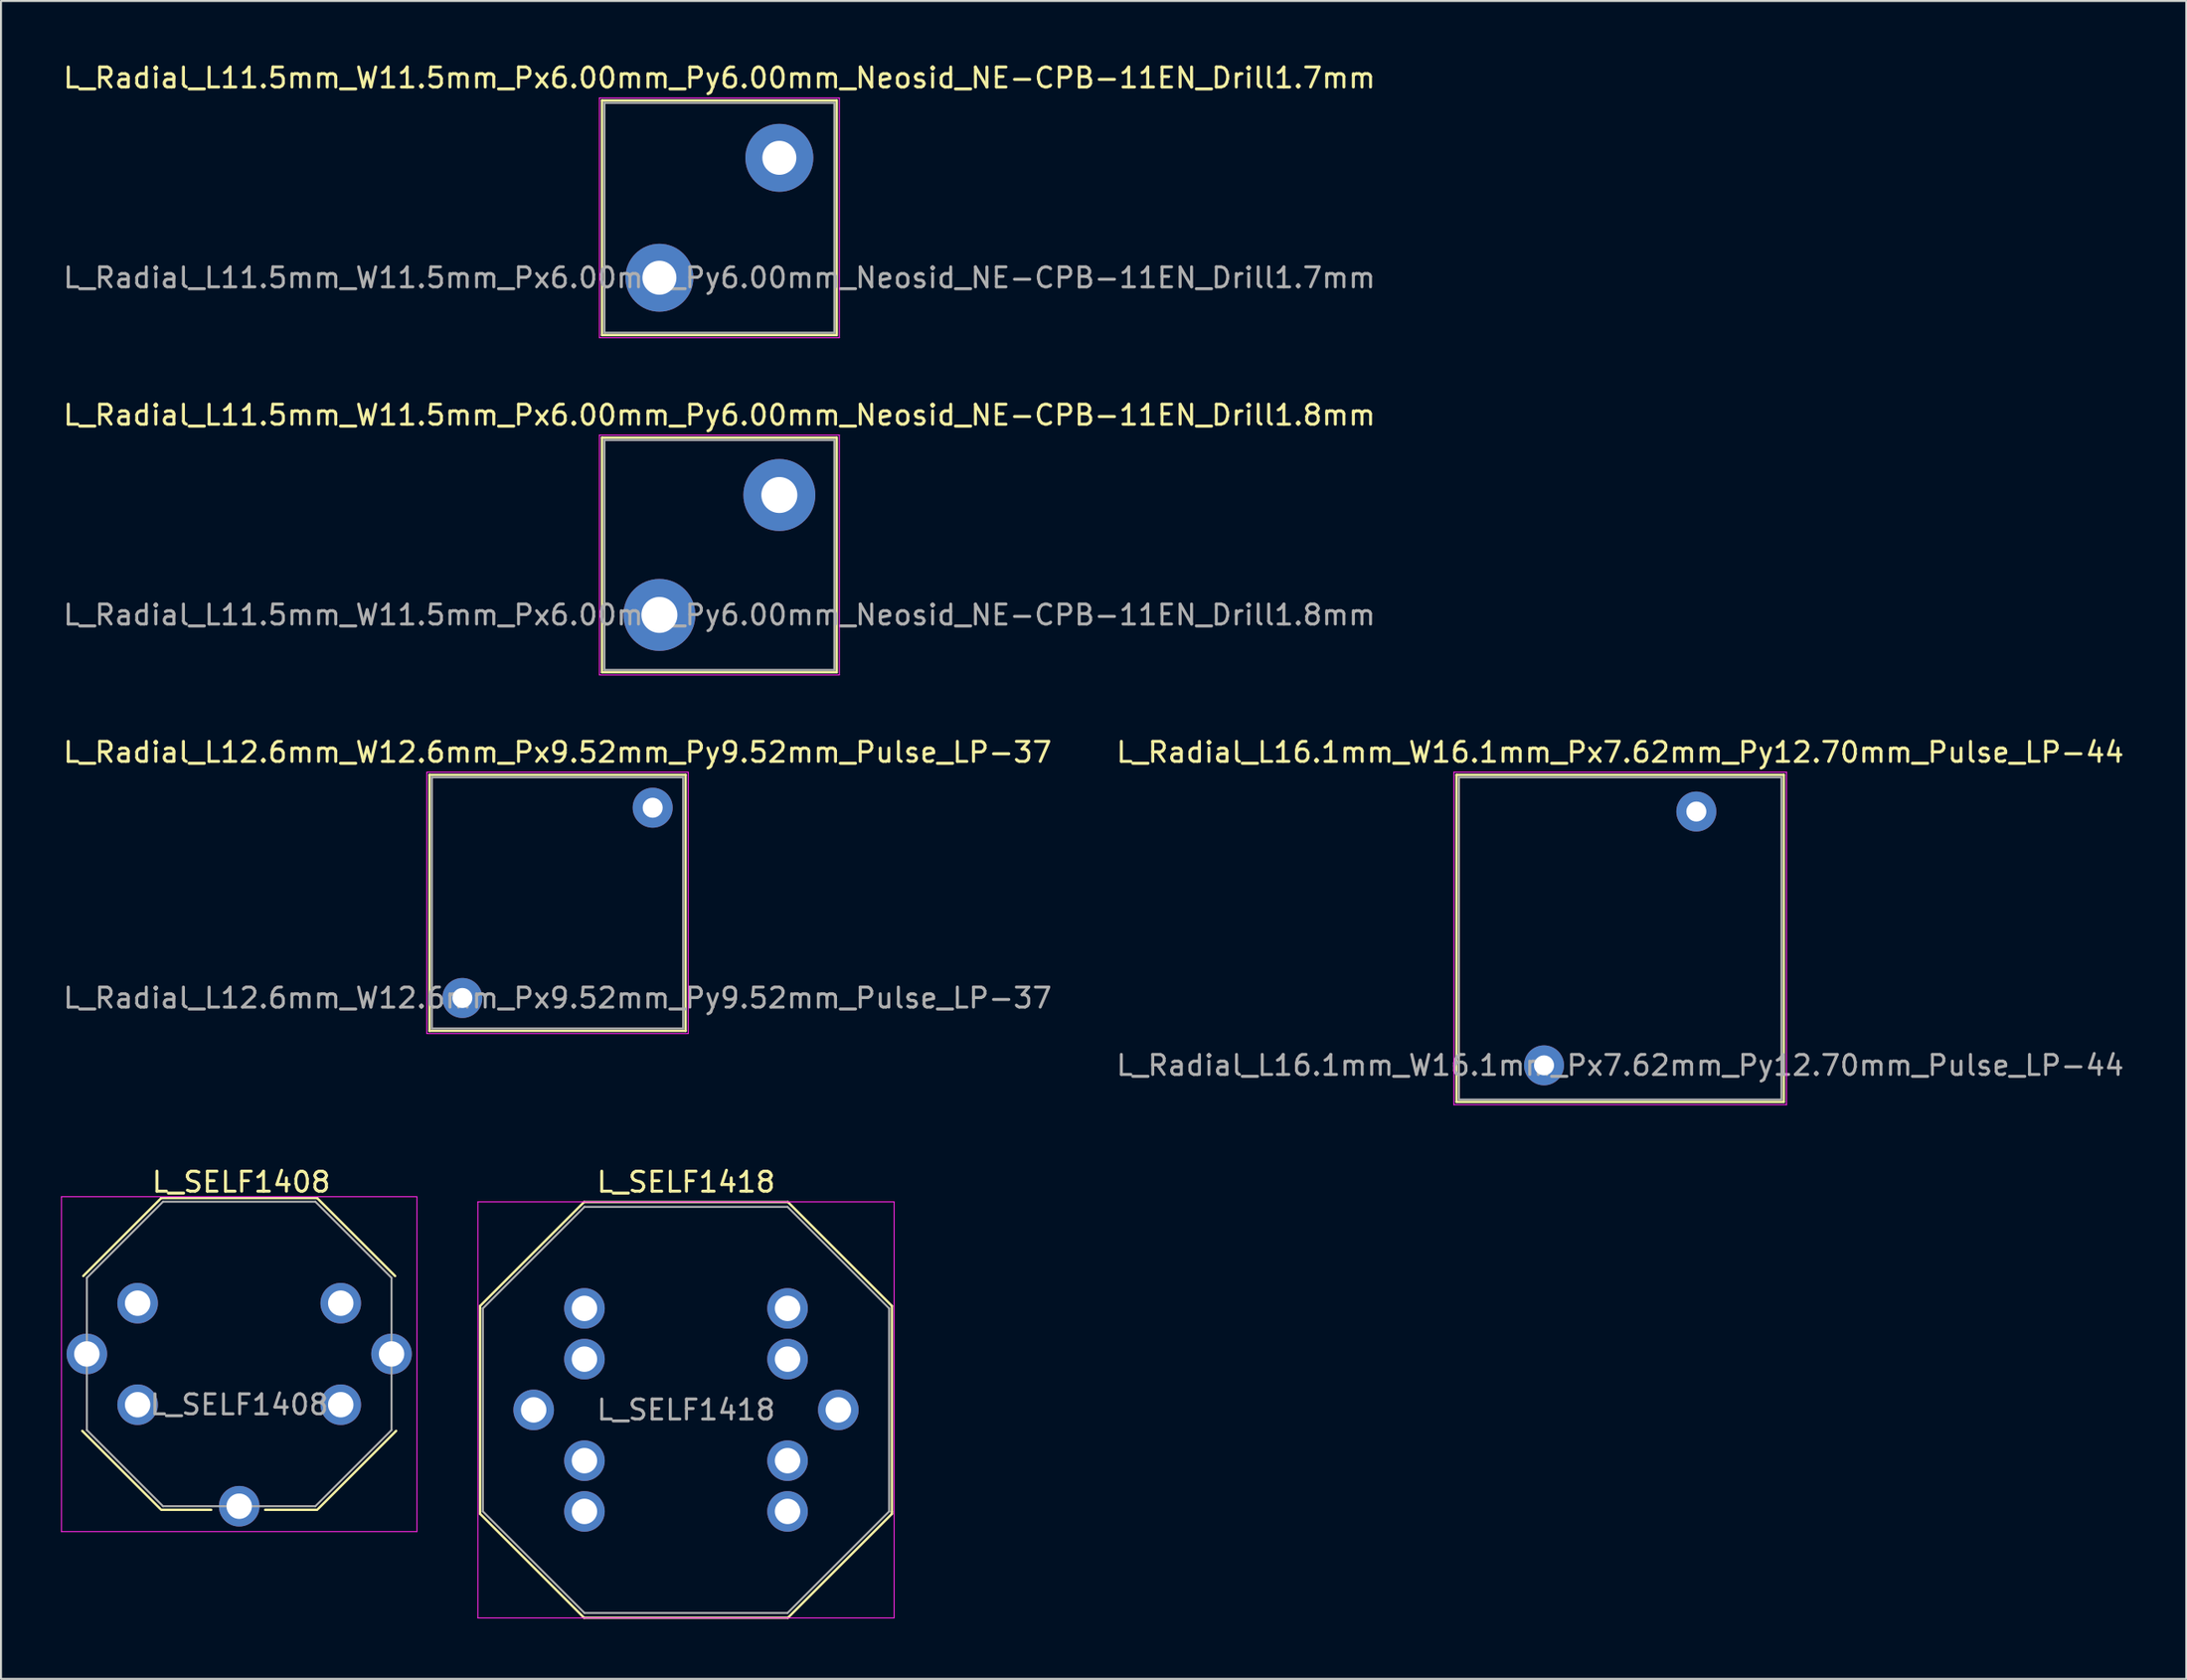
<source format=kicad_pcb>
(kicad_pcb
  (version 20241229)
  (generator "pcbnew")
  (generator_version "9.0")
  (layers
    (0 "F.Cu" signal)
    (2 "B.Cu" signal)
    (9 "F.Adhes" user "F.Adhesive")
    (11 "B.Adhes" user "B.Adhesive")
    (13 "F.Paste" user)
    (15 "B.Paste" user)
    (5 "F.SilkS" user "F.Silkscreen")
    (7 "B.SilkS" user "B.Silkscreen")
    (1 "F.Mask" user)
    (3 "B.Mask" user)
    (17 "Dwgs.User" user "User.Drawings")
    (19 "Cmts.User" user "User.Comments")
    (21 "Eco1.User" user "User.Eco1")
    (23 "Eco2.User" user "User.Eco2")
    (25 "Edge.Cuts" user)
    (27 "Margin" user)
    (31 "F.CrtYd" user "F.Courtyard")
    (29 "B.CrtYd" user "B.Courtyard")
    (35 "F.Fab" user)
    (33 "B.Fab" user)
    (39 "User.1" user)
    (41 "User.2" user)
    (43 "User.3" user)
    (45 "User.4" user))
  (footprint "L_Radial_L11.5mm_W11.5mm_Px6.00mm_Py6.00mm_Neosid_NE-CPB-11EN_Drill1.7mm"
    (layer "F.Cu")
    (at 29.935 10.848)
    (property "Reference" "L_Radial_L11.5mm_W11.5mm_Px6.00mm_Py6.00mm_Neosid_NE-CPB-11EN_Drill1.7mm" (at 3 -10 0) (layer "F.SilkS") (effects (font (size 1 1) (thickness 0.15))))
    (attr through_hole)
    (fp_line (start -2.87 -8.87) (end -2.87 2.87) (stroke (width 0.12) (type solid)) (layer "F.SilkS"))
    (fp_line (start -2.87 -8.87) (end 8.87 -8.87) (stroke (width 0.12) (type solid)) (layer "F.SilkS"))
    (fp_line (start -2.87 2.87) (end 8.87 2.87) (stroke (width 0.12) (type solid)) (layer "F.SilkS"))
    (fp_line (start 8.87 -8.87) (end 8.87 2.87) (stroke (width 0.12) (type solid)) (layer "F.SilkS"))
    (fp_line (start -3 -9) (end -3 3) (stroke (width 0.05) (type solid)) (layer "F.CrtYd"))
    (fp_line (start -3 3) (end 9 3) (stroke (width 0.05) (type solid)) (layer "F.CrtYd"))
    (fp_line (start 9 -9) (end -3 -9) (stroke (width 0.05) (type solid)) (layer "F.CrtYd"))
    (fp_line (start 9 3) (end 9 -9) (stroke (width 0.05) (type solid)) (layer "F.CrtYd"))
    (fp_line (start -2.75 -8.75) (end -2.75 2.75) (stroke (width 0.1) (type solid)) (layer "F.Fab"))
    (fp_line (start -2.75 2.75) (end 8.75 2.75) (stroke (width 0.1) (type solid)) (layer "F.Fab"))
    (fp_line (start 8.75 -8.75) (end -2.75 -8.75) (stroke (width 0.1) (type solid)) (layer "F.Fab"))
    (fp_line (start 8.75 2.75) (end 8.75 -8.75) (stroke (width 0.1) (type solid)) (layer "F.Fab"))
    (fp_text user "${REFERENCE}" (at 3 0 0) (layer "F.Fab") (effects (font (size 1 1) (thickness 0.15))))
    (pad "1" thru_hole circle (at 0 0) (size 3.4 3.4) (drill 1.7) (layers "*.Cu" "*.Mask"))
    (pad "2" thru_hole circle (at 6 -6) (size 3.4 3.4) (drill 1.7) (layers "*.Cu" "*.Mask")))
  (footprint "L_SELF1418"
    (layer "F.Cu")
    (at 26.185 62.423)
    (property "Reference" "L_SELF1418" (at 5.08 -6.32 0) (layer "F.SilkS") (effects (font (size 1 1) (thickness 0.15))))
    (attr through_hole)
    (fp_line (start -5.22 -0.12) (end -0.02 -5.32) (stroke (width 0.12) (type solid)) (layer "F.SilkS"))
    (fp_line (start -5.22 -0.02) (end -5.22 -0.12) (stroke (width 0.12) (type solid)) (layer "F.SilkS"))
    (fp_line (start -5.22 10.28) (end -5.22 -0.02) (stroke (width 0.12) (type solid)) (layer "F.SilkS"))
    (fp_line (start -0.02 -5.32) (end 10.18 -5.32) (stroke (width 0.12) (type solid)) (layer "F.SilkS"))
    (fp_line (start -0.02 15.48) (end -5.22 10.28) (stroke (width 0.12) (type solid)) (layer "F.SilkS"))
    (fp_line (start 10.18 -5.32) (end 15.38 -0.12) (stroke (width 0.12) (type solid)) (layer "F.SilkS"))
    (fp_line (start 10.18 15.48) (end -0.02 15.48) (stroke (width 0.12) (type solid)) (layer "F.SilkS"))
    (fp_line (start 15.38 -0.12) (end 15.38 10.18) (stroke (width 0.12) (type solid)) (layer "F.SilkS"))
    (fp_line (start 15.38 10.18) (end 15.38 10.28) (stroke (width 0.12) (type solid)) (layer "F.SilkS"))
    (fp_line (start 15.38 10.28) (end 10.18 15.48) (stroke (width 0.12) (type solid)) (layer "F.SilkS"))
    (fp_line (start -5.33 -5.33) (end -5.33 15.49) (stroke (width 0.05) (type solid)) (layer "F.CrtYd"))
    (fp_line (start -5.33 -5.33) (end 15.49 -5.33) (stroke (width 0.05) (type solid)) (layer "F.CrtYd"))
    (fp_line (start 15.49 15.49) (end -5.33 15.49) (stroke (width 0.05) (type solid)) (layer "F.CrtYd"))
    (fp_line (start 15.49 15.49) (end 15.49 -5.33) (stroke (width 0.05) (type solid)) (layer "F.CrtYd"))
    (fp_line (start -5.08 0) (end -5.08 10.16) (stroke (width 0.1) (type solid)) (layer "F.Fab"))
    (fp_line (start -5.08 10.16) (end 0 15.24) (stroke (width 0.1) (type solid)) (layer "F.Fab"))
    (fp_line (start 0 -5.08) (end -5.08 0) (stroke (width 0.1) (type solid)) (layer "F.Fab"))
    (fp_line (start 0 15.24) (end 10.16 15.24) (stroke (width 0.1) (type solid)) (layer "F.Fab"))
    (fp_line (start 10.16 -5.08) (end 0 -5.08) (stroke (width 0.1) (type solid)) (layer "F.Fab"))
    (fp_line (start 10.16 15.24) (end 15.24 10.16) (stroke (width 0.1) (type solid)) (layer "F.Fab"))
    (fp_line (start 15.24 0) (end 10.16 -5.08) (stroke (width 0.1) (type solid)) (layer "F.Fab"))
    (fp_line (start 15.24 10.16) (end 15.24 0) (stroke (width 0.1) (type solid)) (layer "F.Fab"))
    (fp_text user "${REFERENCE}" (at 5.08 5.08 0) (layer "F.Fab") (effects (font (size 1 1) (thickness 0.15))))
    (pad "" thru_hole circle (at -2.54 5.08) (size 2.03 2.03) (drill 1.27) (layers "*.Cu" "*.Mask"))
    (pad "" thru_hole circle (at 12.7 5.08) (size 2.03 2.03) (drill 1.27) (layers "*.Cu" "*.Mask"))
    (pad "1" thru_hole circle (at 0 0) (size 2.03 2.03) (drill 1.27) (layers "*.Cu" "*.Mask"))
    (pad "1" thru_hole circle (at 0 2.54) (size 2.03 2.03) (drill 1.27) (layers "*.Cu" "*.Mask"))
    (pad "2" thru_hole circle (at 10.16 0) (size 2.03 2.03) (drill 1.27) (layers "*.Cu" "*.Mask"))
    (pad "2" thru_hole circle (at 10.16 2.54) (size 2.03 2.03) (drill 1.27) (layers "*.Cu" "*.Mask"))
    (pad "3" thru_hole circle (at 10.16 7.62) (size 2.03 2.03) (drill 1.27) (layers "*.Cu" "*.Mask"))
    (pad "3" thru_hole circle (at 10.16 10.16) (size 2.03 2.03) (drill 1.27) (layers "*.Cu" "*.Mask"))
    (pad "4" thru_hole circle (at 0 7.62) (size 2.03 2.03) (drill 1.27) (layers "*.Cu" "*.Mask"))
    (pad "4" thru_hole circle (at 0 10.16) (size 2.03 2.03) (drill 1.27) (layers "*.Cu" "*.Mask")))
  (footprint "L_Radial_L11.5mm_W11.5mm_Px6.00mm_Py6.00mm_Neosid_NE-CPB-11EN_Drill1.8mm"
    (layer "F.Cu")
    (at 29.935 27.721)
    (property "Reference" "L_Radial_L11.5mm_W11.5mm_Px6.00mm_Py6.00mm_Neosid_NE-CPB-11EN_Drill1.8mm" (at 3 -10 0) (layer "F.SilkS") (effects (font (size 1 1) (thickness 0.15))))
    (attr through_hole)
    (fp_line (start -2.87 -8.87) (end -2.87 2.87) (stroke (width 0.12) (type solid)) (layer "F.SilkS"))
    (fp_line (start -2.87 -8.87) (end 8.87 -8.87) (stroke (width 0.12) (type solid)) (layer "F.SilkS"))
    (fp_line (start -2.87 2.87) (end 8.87 2.87) (stroke (width 0.12) (type solid)) (layer "F.SilkS"))
    (fp_line (start 8.87 -8.87) (end 8.87 2.87) (stroke (width 0.12) (type solid)) (layer "F.SilkS"))
    (fp_line (start -3 -9) (end -3 3) (stroke (width 0.05) (type solid)) (layer "F.CrtYd"))
    (fp_line (start -3 3) (end 9 3) (stroke (width 0.05) (type solid)) (layer "F.CrtYd"))
    (fp_line (start 9 -9) (end -3 -9) (stroke (width 0.05) (type solid)) (layer "F.CrtYd"))
    (fp_line (start 9 3) (end 9 -9) (stroke (width 0.05) (type solid)) (layer "F.CrtYd"))
    (fp_line (start -2.75 -8.75) (end -2.75 2.75) (stroke (width 0.1) (type solid)) (layer "F.Fab"))
    (fp_line (start -2.75 2.75) (end 8.75 2.75) (stroke (width 0.1) (type solid)) (layer "F.Fab"))
    (fp_line (start 8.75 -8.75) (end -2.75 -8.75) (stroke (width 0.1) (type solid)) (layer "F.Fab"))
    (fp_line (start 8.75 2.75) (end 8.75 -8.75) (stroke (width 0.1) (type solid)) (layer "F.Fab"))
    (fp_text user "${REFERENCE}" (at 3 0 0) (layer "F.Fab") (effects (font (size 1 1) (thickness 0.15))))
    (pad "1" thru_hole circle (at 0 0) (size 3.6 3.6) (drill 1.8) (layers "*.Cu" "*.Mask"))
    (pad "2" thru_hole circle (at 6 -6) (size 3.6 3.6) (drill 1.8) (layers "*.Cu" "*.Mask")))
  (footprint "L_SELF1408"
    (layer "F.Cu")
    (at 1.295 64.703)
    (property "Reference" "L_SELF1408" (at 7.72 -8.6 0) (layer "F.SilkS") (effects (font (size 1 1) (thickness 0.15))))
    (attr through_hole)
    (fp_line (start -0.18 -3.9) (end 3.72 -7.8) (stroke (width 0.12) (type solid)) (layer "F.SilkS"))
    (fp_line (start 3.67 7.75) (end -0.23 3.85) (stroke (width 0.12) (type solid)) (layer "F.SilkS"))
    (fp_line (start 3.72 -7.8) (end 11.52 -7.8) (stroke (width 0.12) (type solid)) (layer "F.SilkS"))
    (fp_line (start 6.22 7.8) (end 3.72 7.8) (stroke (width 0.12) (type solid)) (layer "F.SilkS"))
    (fp_line (start 11.52 -7.8) (end 15.42 -3.9) (stroke (width 0.12) (type solid)) (layer "F.SilkS"))
    (fp_line (start 11.52 7.8) (end 8.92 7.8) (stroke (width 0.12) (type solid)) (layer "F.SilkS"))
    (fp_line (start 15.47 3.85) (end 11.57 7.75) (stroke (width 0.12) (type solid)) (layer "F.SilkS"))
    (fp_line (start -1.27 -7.87) (end -1.27 8.89) (stroke (width 0.05) (type solid)) (layer "F.CrtYd"))
    (fp_line (start -1.27 -7.87) (end 16.51 -7.87) (stroke (width 0.05) (type solid)) (layer "F.CrtYd"))
    (fp_line (start 16.51 8.89) (end -1.27 8.89) (stroke (width 0.05) (type solid)) (layer "F.CrtYd"))
    (fp_line (start 16.51 8.89) (end 16.51 -7.87) (stroke (width 0.05) (type solid)) (layer "F.CrtYd"))
    (fp_line (start 0 -3.81) (end 0 3.81) (stroke (width 0.1) (type solid)) (layer "F.Fab"))
    (fp_line (start 0 3.81) (end 3.81 7.62) (stroke (width 0.1) (type solid)) (layer "F.Fab"))
    (fp_line (start 3.81 -7.62) (end 0 -3.81) (stroke (width 0.1) (type solid)) (layer "F.Fab"))
    (fp_line (start 3.81 7.62) (end 11.43 7.62) (stroke (width 0.1) (type solid)) (layer "F.Fab"))
    (fp_line (start 11.43 -7.62) (end 3.81 -7.62) (stroke (width 0.1) (type solid)) (layer "F.Fab"))
    (fp_line (start 11.43 7.62) (end 15.24 3.81) (stroke (width 0.1) (type solid)) (layer "F.Fab"))
    (fp_line (start 15.24 -3.81) (end 11.43 -7.62) (stroke (width 0.1) (type solid)) (layer "F.Fab"))
    (fp_line (start 15.24 3.81) (end 15.24 -3.81) (stroke (width 0.1) (type solid)) (layer "F.Fab"))
    (fp_text user "${REFERENCE}" (at 7.62 2.54 0) (layer "F.Fab") (effects (font (size 1 1) (thickness 0.15))))
    (pad "0" thru_hole circle (at 7.62 7.62) (size 2.03 2.03) (drill 1.27) (layers "*.Cu" "*.Mask"))
    (pad "1" thru_hole circle (at 0 0) (size 2.03 2.03) (drill 1.27) (layers "*.Cu" "*.Mask"))
    (pad "1" thru_hole circle (at 2.54 -2.54) (size 2.03 2.03) (drill 1.27) (layers "*.Cu" "*.Mask"))
    (pad "1" thru_hole circle (at 2.54 2.54) (size 2.03 2.03) (drill 1.27) (layers "*.Cu" "*.Mask"))
    (pad "2" thru_hole circle (at 12.7 -2.54) (size 2.03 2.03) (drill 1.27) (layers "*.Cu" "*.Mask"))
    (pad "2" thru_hole circle (at 12.7 2.54) (size 2.03 2.03) (drill 1.27) (layers "*.Cu" "*.Mask"))
    (pad "2" thru_hole circle (at 15.24 0) (size 2.03 2.03) (drill 1.27) (layers "*.Cu" "*.Mask")))
  (footprint "L_Radial_L16.1mm_W16.1mm_Px7.62mm_Py12.70mm_Pulse_LP-44"
    (layer "F.Cu")
    (at 74.184 50.26)
    (property "Reference" "L_Radial_L16.1mm_W16.1mm_Px7.62mm_Py12.70mm_Pulse_LP-44" (at 3.81 -15.665 0) (layer "F.SilkS") (effects (font (size 1 1) (thickness 0.15))))
    (attr through_hole)
    (fp_line (start -4.375 -14.535) (end -4.375 1.835) (stroke (width 0.12) (type solid)) (layer "F.SilkS"))
    (fp_line (start -4.375 -14.535) (end 11.995 -14.535) (stroke (width 0.12) (type solid)) (layer "F.SilkS"))
    (fp_line (start -4.375 1.835) (end 11.995 1.835) (stroke (width 0.12) (type solid)) (layer "F.SilkS"))
    (fp_line (start 11.995 -14.535) (end 11.995 1.835) (stroke (width 0.12) (type solid)) (layer "F.SilkS"))
    (fp_line (start -4.51 -14.67) (end -4.51 1.97) (stroke (width 0.05) (type solid)) (layer "F.CrtYd"))
    (fp_line (start -4.51 1.97) (end 12.13 1.97) (stroke (width 0.05) (type solid)) (layer "F.CrtYd"))
    (fp_line (start 12.13 -14.67) (end -4.51 -14.67) (stroke (width 0.05) (type solid)) (layer "F.CrtYd"))
    (fp_line (start 12.13 1.97) (end 12.13 -14.67) (stroke (width 0.05) (type solid)) (layer "F.CrtYd"))
    (fp_line (start -4.255 -14.415) (end -4.255 1.715) (stroke (width 0.1) (type solid)) (layer "F.Fab"))
    (fp_line (start -4.255 1.715) (end 11.875 1.715) (stroke (width 0.1) (type solid)) (layer "F.Fab"))
    (fp_line (start 11.875 -14.415) (end -4.255 -14.415) (stroke (width 0.1) (type solid)) (layer "F.Fab"))
    (fp_line (start 11.875 1.715) (end 11.875 -14.415) (stroke (width 0.1) (type solid)) (layer "F.Fab"))
    (fp_text user "${REFERENCE}" (at 3.81 0 0) (layer "F.Fab") (effects (font (size 1 1) (thickness 0.15))))
    (pad "1" thru_hole circle (at 0 0) (size 2 2) (drill 1) (layers "*.Cu" "*.Mask"))
    (pad "2" thru_hole circle (at 7.62 -12.7) (size 2 2) (drill 1) (layers "*.Cu" "*.Mask")))
  (footprint "L_Radial_L12.6mm_W12.6mm_Px9.52mm_Py9.52mm_Pulse_LP-37"
    (layer "F.Cu")
    (at 20.079 46.89)
    (property "Reference" "L_Radial_L12.6mm_W12.6mm_Px9.52mm_Py9.52mm_Pulse_LP-37" (at 4.76 -12.295 0) (layer "F.SilkS") (effects (font (size 1 1) (thickness 0.15))))
    (attr through_hole)
    (fp_line (start -1.645 -11.165) (end -1.645 1.645) (stroke (width 0.12) (type solid)) (layer "F.SilkS"))
    (fp_line (start -1.645 -11.165) (end 11.165 -11.165) (stroke (width 0.12) (type solid)) (layer "F.SilkS"))
    (fp_line (start -1.645 1.645) (end 11.165 1.645) (stroke (width 0.12) (type solid)) (layer "F.SilkS"))
    (fp_line (start 11.165 -11.165) (end 11.165 1.645) (stroke (width 0.12) (type solid)) (layer "F.SilkS"))
    (fp_line (start -1.78 -11.3) (end -1.78 1.78) (stroke (width 0.05) (type solid)) (layer "F.CrtYd"))
    (fp_line (start -1.78 1.78) (end 11.3 1.78) (stroke (width 0.05) (type solid)) (layer "F.CrtYd"))
    (fp_line (start 11.3 -11.3) (end -1.78 -11.3) (stroke (width 0.05) (type solid)) (layer "F.CrtYd"))
    (fp_line (start 11.3 1.78) (end 11.3 -11.3) (stroke (width 0.05) (type solid)) (layer "F.CrtYd"))
    (fp_line (start -1.525 -11.045) (end -1.525 1.525) (stroke (width 0.1) (type solid)) (layer "F.Fab"))
    (fp_line (start -1.525 1.525) (end 11.045 1.525) (stroke (width 0.1) (type solid)) (layer "F.Fab"))
    (fp_line (start 11.045 -11.045) (end -1.525 -11.045) (stroke (width 0.1) (type solid)) (layer "F.Fab"))
    (fp_line (start 11.045 1.525) (end 11.045 -11.045) (stroke (width 0.1) (type solid)) (layer "F.Fab"))
    (fp_text user "${REFERENCE}" (at 4.76 0 0) (layer "F.Fab") (effects (font (size 1 1) (thickness 0.15))))
    (pad "1" thru_hole circle (at 0 0) (size 2 2) (drill 1) (layers "*.Cu" "*.Mask"))
    (pad "2" thru_hole circle (at 9.52 -9.52) (size 2 2) (drill 1) (layers "*.Cu" "*.Mask")))
  (gr_rect
    (start -3 -3)
    (end 106.31 80.963)
    (stroke (width 0.1) (type default))
    (fill no)
    (layer "Edge.Cuts")))
</source>
